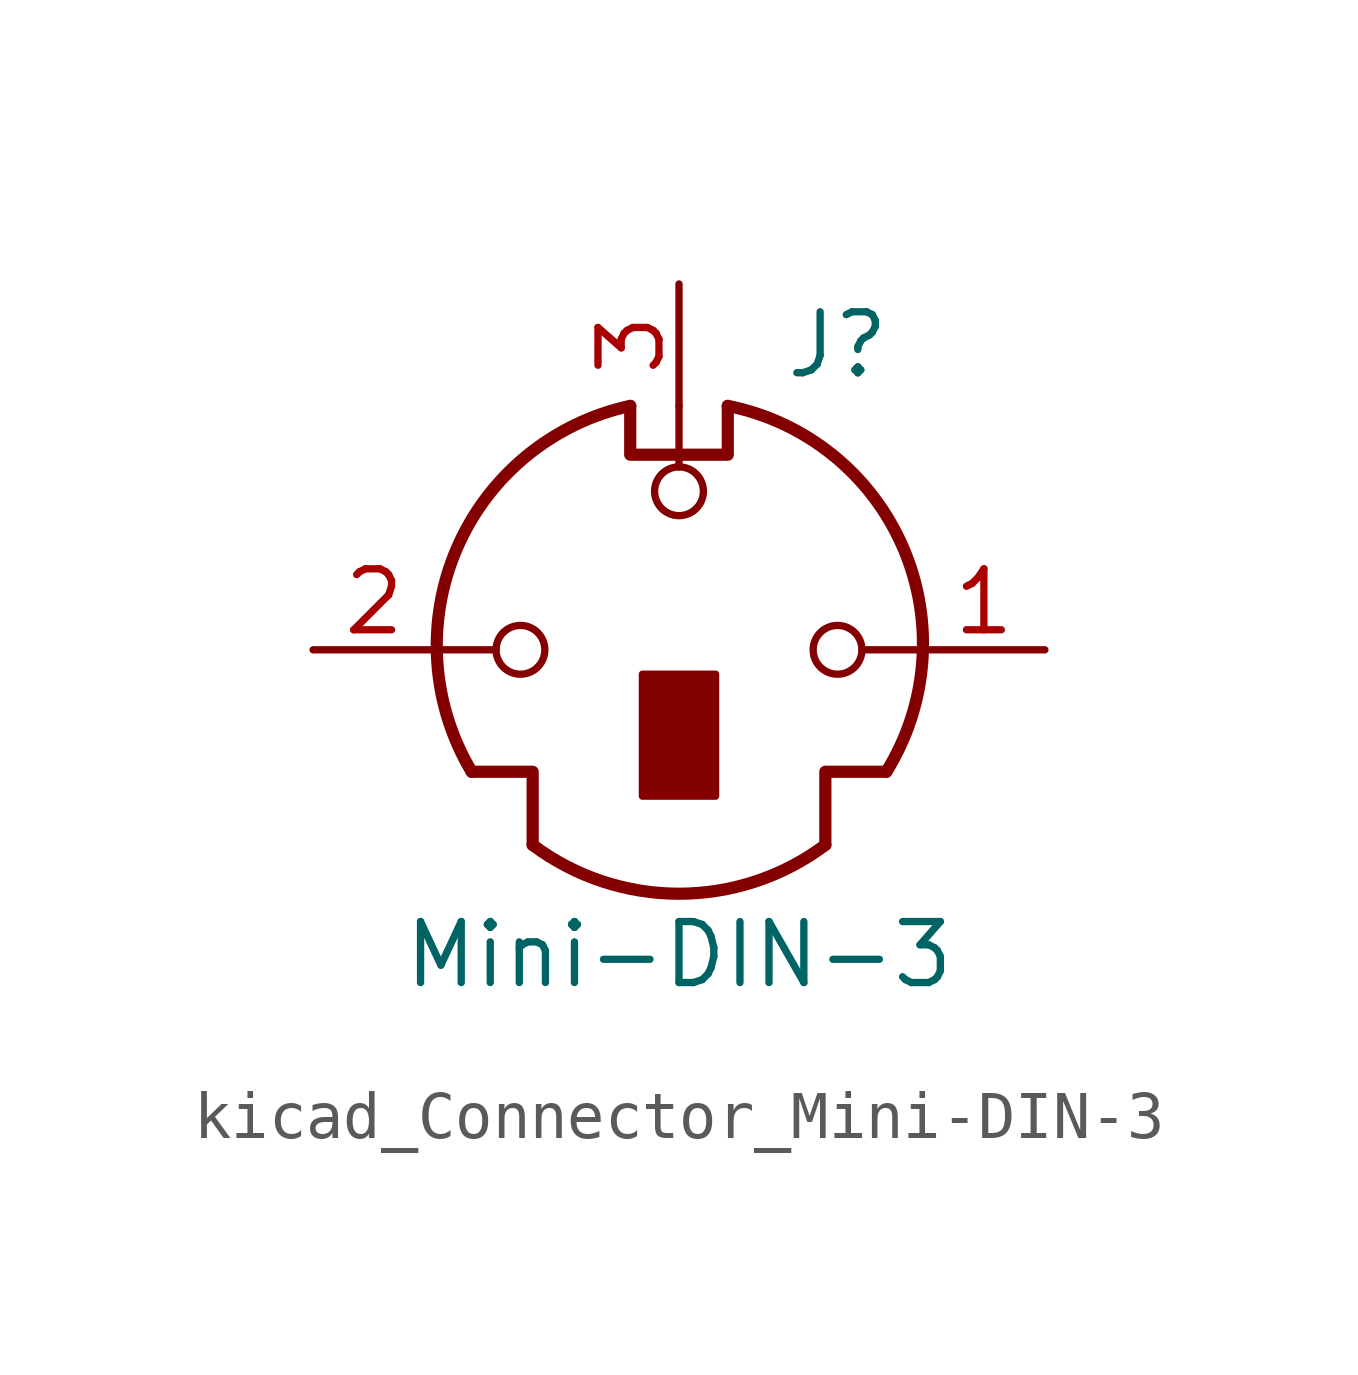
<source format=kicad_sym>
(kicad_symbol_lib
  (version 20220914)
  (generator kicad_symbol_editor)
  (symbol "kicad_Connector_Mini-DIN-3"
    (pin_names
      (offset 1.016))
    (property "Reference" "J"
      (at 3.302 6.35 0)
      (effects (font (size 1.27 1.27))))
    (property "Value" "Mini-DIN-3"
      (at 0 -6.35 0)
      (effects (font (size 1.27 1.27))))
    (symbol "kicad_Connector_Mini-DIN-3_0_1"
      (circle (center -3.302 0) (radius 0.508) (stroke (width 0) (type default)) (fill (type none)))
      (arc (start -3.048 -4.064) (mid 0 -5.08) (end 3.048 -4.064) (stroke (width 0.254) (type default)) (fill (type none)))
      (arc (start -1.016 5.08) (mid -4.6228 2.1214) (end -4.318 -2.54) (stroke (width 0.254) (type default)) (fill (type none)))
      (rectangle (start -0.762 -0.508) (end 0.762 -3.048) (stroke (width 0) (type default)) (fill (type outline)))
      (polyline (pts (xy -3.81 0) (xy -5.08 0)) (stroke (width 0) (type default)) (fill (type none)))
      (polyline (pts (xy 0 3.81) (xy 0 5.08)) (stroke (width 0) (type default)) (fill (type none)))
      (polyline (pts (xy 5.08 0) (xy 3.81 0)) (stroke (width 0) (type default)) (fill (type none)))
      (polyline (pts (xy -4.318 -2.54) (xy -3.048 -2.54) (xy -3.048 -4.064)) (stroke (width 0.254) (type default)) (fill (type none)))
      (polyline (pts (xy 4.318 -2.54) (xy 3.048 -2.54) (xy 3.048 -4.064)) (stroke (width 0.254) (type default)) (fill (type none)))
      (polyline (pts (xy -1.016 5.08) (xy -1.016 4.064) (xy 1.016 4.064) (xy 1.016 5.08)) (stroke (width 0.254) (type default)) (fill (type none)))
      (circle (center 0 3.302) (radius 0.508) (stroke (width 0) (type default)) (fill (type none)))
      (circle (center 3.302 0) (radius 0.508) (stroke (width 0) (type default)) (fill (type none)))
      (arc (start 4.318 -2.54) (mid 4.6661 2.1322) (end 1.016 5.08) (stroke (width 0.254) (type default)) (fill (type none))))
    (symbol "kicad_Connector_Mini-DIN-3_1_1"
      (pin passive line (at 7.62 0 180) (length 2.54) (name "~" (effects (font (size 1.27 1.27)))) (number "1" (effects (font (size 1.27 1.27)))))
      (pin passive line (at -7.62 0 0) (length 2.54) (name "~" (effects (font (size 1.27 1.27)))) (number "2" (effects (font (size 1.27 1.27)))))
      (pin passive line (at 0 7.62 270) (length 2.54) (name "~" (effects (font (size 1.27 1.27)))) (number "3" (effects (font (size 1.27 1.27))))))))
</source>
